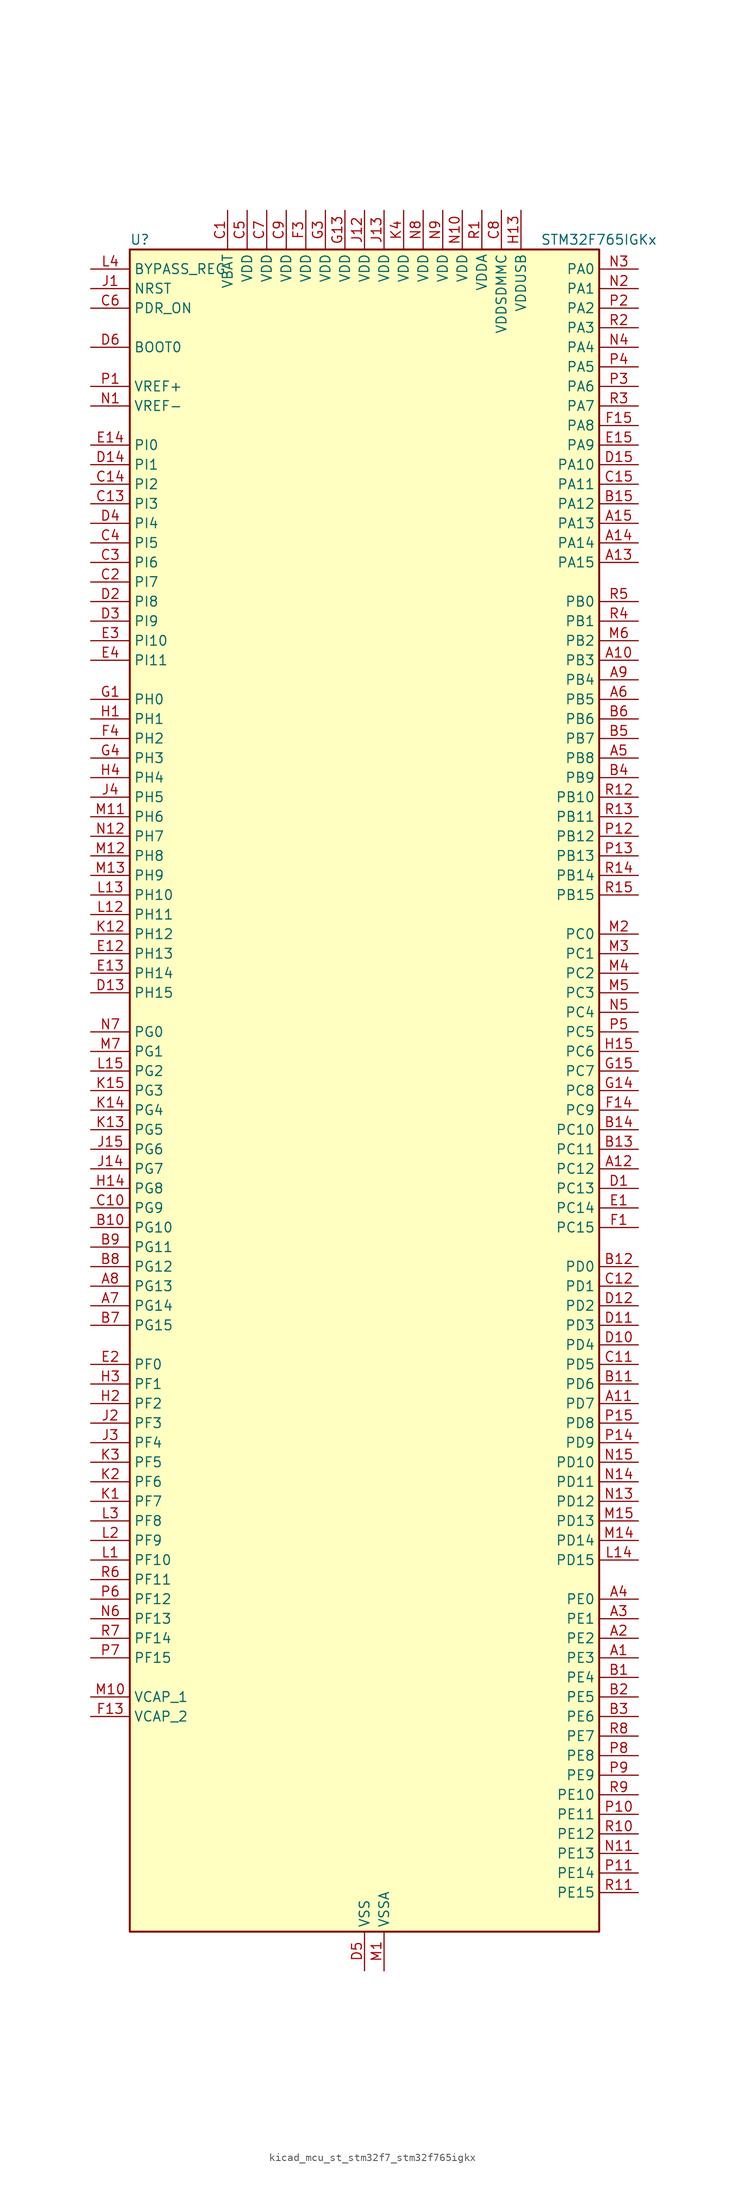
<source format=kicad_sym>
(kicad_symbol_lib
  (version 20220914)
  (generator kicad_symbol_editor)
  (symbol "kicad_mcu_st_stm32f7_stm32f765igkx"
    (property "Reference" "U"
      (at -30.48 110.49 0)
      (effects (font (size 1.27 1.27)) (justify left)))
    (property "Value" "STM32F765IGKx"
      (at 22.86 110.49 0)
      (effects (font (size 1.27 1.27)) (justify left)))
    (property "ki_locked" ""
      (at 0 0 0)
      (effects (font (size 1.27 1.27))))
    (symbol "kicad_mcu_st_stm32f7_stm32f765igkx_0_1"
      (rectangle (start -30.48 -109.22) (end 30.48 109.22) (stroke (width 0.254) (type default)) (fill (type background))))
    (symbol "kicad_mcu_st_stm32f7_stm32f765igkx_1_1"
      (pin bidirectional line (at 35.56 -73.66 180) (length 5.08) (name "PE3" (effects (font (size 1.27 1.27)))) (number "A1" (effects (font (size 1.27 1.27)))) (alternate "FMC_A19" bidirectional line) (alternate "SAI1_SD_B" bidirectional line) (alternate "SYS_TRACED0" bidirectional line))
      (pin bidirectional line (at 35.56 55.88 180) (length 5.08) (name "PB3" (effects (font (size 1.27 1.27)))) (number "A10" (effects (font (size 1.27 1.27)))) (alternate "CAN3_RX" bidirectional line) (alternate "I2S1_CK" bidirectional line) (alternate "I2S3_CK" bidirectional line) (alternate "SDMMC2_D2" bidirectional line) (alternate "SPI1_SCK" bidirectional line) (alternate "SPI3_SCK" bidirectional line) (alternate "SPI6_SCK" bidirectional line) (alternate "SYS_JTDO-SWO" bidirectional line) (alternate "TIM2_CH2" bidirectional line) (alternate "UART7_RX" bidirectional line))
      (pin bidirectional line (at 35.56 -40.64 180) (length 5.08) (name "PD7" (effects (font (size 1.27 1.27)))) (number "A11" (effects (font (size 1.27 1.27)))) (alternate "DFSDM1_CKIN1" bidirectional line) (alternate "DFSDM1_DATIN4" bidirectional line) (alternate "FMC_NE1" bidirectional line) (alternate "I2S1_SD" bidirectional line) (alternate "SDMMC2_CMD" bidirectional line) (alternate "SPDIFRX_IN0" bidirectional line) (alternate "SPI1_MOSI" bidirectional line) (alternate "USART2_CK" bidirectional line))
      (pin bidirectional line (at 35.56 -10.16 180) (length 5.08) (name "PC12" (effects (font (size 1.27 1.27)))) (number "A12" (effects (font (size 1.27 1.27)))) (alternate "DCMI_D9" bidirectional line) (alternate "I2S3_SD" bidirectional line) (alternate "SDMMC1_CK" bidirectional line) (alternate "SPI3_MOSI" bidirectional line) (alternate "SYS_TRACED3" bidirectional line) (alternate "UART5_TX" bidirectional line) (alternate "USART3_CK" bidirectional line))
      (pin bidirectional line (at 35.56 68.58 180) (length 5.08) (name "PA15" (effects (font (size 1.27 1.27)))) (number "A13" (effects (font (size 1.27 1.27)))) (alternate "CAN3_TX" bidirectional line) (alternate "CEC" bidirectional line) (alternate "I2S1_WS" bidirectional line) (alternate "I2S3_WS" bidirectional line) (alternate "SPI1_NSS" bidirectional line) (alternate "SPI3_NSS" bidirectional line) (alternate "SPI6_NSS" bidirectional line) (alternate "SYS_JTDI" bidirectional line) (alternate "TIM2_CH1" bidirectional line) (alternate "TIM2_ETR" bidirectional line) (alternate "UART4_DE" bidirectional line) (alternate "UART4_RTS" bidirectional line) (alternate "UART7_TX" bidirectional line))
      (pin bidirectional line (at 35.56 71.12 180) (length 5.08) (name "PA14" (effects (font (size 1.27 1.27)))) (number "A14" (effects (font (size 1.27 1.27)))) (alternate "SYS_JTCK-SWCLK" bidirectional line))
      (pin bidirectional line (at 35.56 73.66 180) (length 5.08) (name "PA13" (effects (font (size 1.27 1.27)))) (number "A15" (effects (font (size 1.27 1.27)))) (alternate "SYS_JTMS-SWDIO" bidirectional line))
      (pin bidirectional line (at 35.56 -71.12 180) (length 5.08) (name "PE2" (effects (font (size 1.27 1.27)))) (number "A2" (effects (font (size 1.27 1.27)))) (alternate "ETH_TXD3" bidirectional line) (alternate "FMC_A23" bidirectional line) (alternate "QUADSPI_BK1_IO2" bidirectional line) (alternate "SAI1_MCLK_A" bidirectional line) (alternate "SPI4_SCK" bidirectional line) (alternate "SYS_TRACECLK" bidirectional line))
      (pin bidirectional line (at 35.56 -68.58 180) (length 5.08) (name "PE1" (effects (font (size 1.27 1.27)))) (number "A3" (effects (font (size 1.27 1.27)))) (alternate "DCMI_D3" bidirectional line) (alternate "FMC_NBL1" bidirectional line) (alternate "LPTIM1_IN2" bidirectional line) (alternate "UART8_TX" bidirectional line))
      (pin bidirectional line (at 35.56 -66.04 180) (length 5.08) (name "PE0" (effects (font (size 1.27 1.27)))) (number "A4" (effects (font (size 1.27 1.27)))) (alternate "DCMI_D2" bidirectional line) (alternate "FMC_NBL0" bidirectional line) (alternate "LPTIM1_ETR" bidirectional line) (alternate "SAI2_MCLK_A" bidirectional line) (alternate "TIM4_ETR" bidirectional line) (alternate "UART8_RX" bidirectional line))
      (pin bidirectional line (at 35.56 43.18 180) (length 5.08) (name "PB8" (effects (font (size 1.27 1.27)))) (number "A5" (effects (font (size 1.27 1.27)))) (alternate "CAN1_RX" bidirectional line) (alternate "DCMI_D6" bidirectional line) (alternate "DFSDM1_CKIN7" bidirectional line) (alternate "ETH_TXD3" bidirectional line) (alternate "I2C1_SCL" bidirectional line) (alternate "I2C4_SCL" bidirectional line) (alternate "SDMMC1_D4" bidirectional line) (alternate "SDMMC2_D4" bidirectional line) (alternate "TIM10_CH1" bidirectional line) (alternate "TIM4_CH3" bidirectional line) (alternate "UART5_RX" bidirectional line))
      (pin bidirectional line (at 35.56 50.8 180) (length 5.08) (name "PB5" (effects (font (size 1.27 1.27)))) (number "A6" (effects (font (size 1.27 1.27)))) (alternate "CAN2_RX" bidirectional line) (alternate "DCMI_D10" bidirectional line) (alternate "ETH_PPS_OUT" bidirectional line) (alternate "FMC_SDCKE1" bidirectional line) (alternate "I2C1_SMBA" bidirectional line) (alternate "I2S1_SD" bidirectional line) (alternate "I2S3_SD" bidirectional line) (alternate "SPI1_MOSI" bidirectional line) (alternate "SPI3_MOSI" bidirectional line) (alternate "SPI6_MOSI" bidirectional line) (alternate "TIM3_CH2" bidirectional line) (alternate "UART5_RX" bidirectional line) (alternate "USB_OTG_HS_ULPI_D7" bidirectional line))
      (pin bidirectional line (at -35.56 -27.94 0) (length 5.08) (name "PG14" (effects (font (size 1.27 1.27)))) (number "A7" (effects (font (size 1.27 1.27)))) (alternate "ETH_TXD1" bidirectional line) (alternate "FMC_A25" bidirectional line) (alternate "LPTIM1_ETR" bidirectional line) (alternate "QUADSPI_BK2_IO3" bidirectional line) (alternate "SPI6_MOSI" bidirectional line) (alternate "SYS_TRACED1" bidirectional line) (alternate "USART6_TX" bidirectional line))
      (pin bidirectional line (at -35.56 -25.4 0) (length 5.08) (name "PG13" (effects (font (size 1.27 1.27)))) (number "A8" (effects (font (size 1.27 1.27)))) (alternate "ETH_TXD0" bidirectional line) (alternate "FMC_A24" bidirectional line) (alternate "LPTIM1_OUT" bidirectional line) (alternate "SPI6_SCK" bidirectional line) (alternate "SYS_TRACED0" bidirectional line) (alternate "USART6_CTS" bidirectional line))
      (pin bidirectional line (at 35.56 53.34 180) (length 5.08) (name "PB4" (effects (font (size 1.27 1.27)))) (number "A9" (effects (font (size 1.27 1.27)))) (alternate "CAN3_TX" bidirectional line) (alternate "I2S2_WS" bidirectional line) (alternate "SDMMC2_D3" bidirectional line) (alternate "SPI1_MISO" bidirectional line) (alternate "SPI2_NSS" bidirectional line) (alternate "SPI3_MISO" bidirectional line) (alternate "SPI6_MISO" bidirectional line) (alternate "SYS_JTRST" bidirectional line) (alternate "TIM3_CH1" bidirectional line) (alternate "UART7_TX" bidirectional line))
      (pin bidirectional line (at 35.56 -76.2 180) (length 5.08) (name "PE4" (effects (font (size 1.27 1.27)))) (number "B1" (effects (font (size 1.27 1.27)))) (alternate "DCMI_D4" bidirectional line) (alternate "DFSDM1_DATIN3" bidirectional line) (alternate "FMC_A20" bidirectional line) (alternate "SAI1_FS_A" bidirectional line) (alternate "SPI4_NSS" bidirectional line) (alternate "SYS_TRACED1" bidirectional line))
      (pin bidirectional line (at -35.56 -17.78 0) (length 5.08) (name "PG10" (effects (font (size 1.27 1.27)))) (number "B10" (effects (font (size 1.27 1.27)))) (alternate "DCMI_D2" bidirectional line) (alternate "FMC_NE3" bidirectional line) (alternate "I2S1_WS" bidirectional line) (alternate "SAI2_SD_B" bidirectional line) (alternate "SDMMC2_D1" bidirectional line) (alternate "SPI1_NSS" bidirectional line))
      (pin bidirectional line (at 35.56 -38.1 180) (length 5.08) (name "PD6" (effects (font (size 1.27 1.27)))) (number "B11" (effects (font (size 1.27 1.27)))) (alternate "DCMI_D10" bidirectional line) (alternate "DFSDM1_CKIN4" bidirectional line) (alternate "DFSDM1_DATIN1" bidirectional line) (alternate "FMC_NWAIT" bidirectional line) (alternate "I2S3_SD" bidirectional line) (alternate "SAI1_SD_A" bidirectional line) (alternate "SDMMC2_CK" bidirectional line) (alternate "SPI3_MOSI" bidirectional line) (alternate "USART2_RX" bidirectional line))
      (pin bidirectional line (at 35.56 -22.86 180) (length 5.08) (name "PD0" (effects (font (size 1.27 1.27)))) (number "B12" (effects (font (size 1.27 1.27)))) (alternate "CAN1_RX" bidirectional line) (alternate "DFSDM1_CKIN6" bidirectional line) (alternate "DFSDM1_DATIN7" bidirectional line) (alternate "FMC_D2" bidirectional line) (alternate "FMC_DA2" bidirectional line) (alternate "UART4_RX" bidirectional line))
      (pin bidirectional line (at 35.56 -7.62 180) (length 5.08) (name "PC11" (effects (font (size 1.27 1.27)))) (number "B13" (effects (font (size 1.27 1.27)))) (alternate "ADC1_EXTI11" bidirectional line) (alternate "ADC2_EXTI11" bidirectional line) (alternate "ADC3_EXTI11" bidirectional line) (alternate "DCMI_D4" bidirectional line) (alternate "DFSDM1_DATIN5" bidirectional line) (alternate "QUADSPI_BK2_NCS" bidirectional line) (alternate "SDMMC1_D3" bidirectional line) (alternate "SPI3_MISO" bidirectional line) (alternate "UART4_RX" bidirectional line) (alternate "USART3_RX" bidirectional line))
      (pin bidirectional line (at 35.56 -5.08 180) (length 5.08) (name "PC10" (effects (font (size 1.27 1.27)))) (number "B14" (effects (font (size 1.27 1.27)))) (alternate "DCMI_D8" bidirectional line) (alternate "DFSDM1_CKIN5" bidirectional line) (alternate "I2S3_CK" bidirectional line) (alternate "QUADSPI_BK1_IO1" bidirectional line) (alternate "SDMMC1_D2" bidirectional line) (alternate "SPI3_SCK" bidirectional line) (alternate "UART4_TX" bidirectional line) (alternate "USART3_TX" bidirectional line))
      (pin bidirectional line (at 35.56 76.2 180) (length 5.08) (name "PA12" (effects (font (size 1.27 1.27)))) (number "B15" (effects (font (size 1.27 1.27)))) (alternate "CAN1_TX" bidirectional line) (alternate "I2S2_CK" bidirectional line) (alternate "SAI2_FS_B" bidirectional line) (alternate "SPI2_SCK" bidirectional line) (alternate "TIM1_ETR" bidirectional line) (alternate "UART4_TX" bidirectional line) (alternate "USART1_DE" bidirectional line) (alternate "USART1_RTS" bidirectional line) (alternate "USB_OTG_FS_DP" bidirectional line))
      (pin bidirectional line (at 35.56 -78.74 180) (length 5.08) (name "PE5" (effects (font (size 1.27 1.27)))) (number "B2" (effects (font (size 1.27 1.27)))) (alternate "DCMI_D6" bidirectional line) (alternate "DFSDM1_CKIN3" bidirectional line) (alternate "FMC_A21" bidirectional line) (alternate "SAI1_SCK_A" bidirectional line) (alternate "SPI4_MISO" bidirectional line) (alternate "SYS_TRACED2" bidirectional line) (alternate "TIM9_CH1" bidirectional line))
      (pin bidirectional line (at 35.56 -81.28 180) (length 5.08) (name "PE6" (effects (font (size 1.27 1.27)))) (number "B3" (effects (font (size 1.27 1.27)))) (alternate "DCMI_D7" bidirectional line) (alternate "FMC_A22" bidirectional line) (alternate "SAI1_SD_A" bidirectional line) (alternate "SAI2_MCLK_B" bidirectional line) (alternate "SPI4_MOSI" bidirectional line) (alternate "SYS_TRACED3" bidirectional line) (alternate "TIM1_BKIN2" bidirectional line) (alternate "TIM9_CH2" bidirectional line))
      (pin bidirectional line (at 35.56 40.64 180) (length 5.08) (name "PB9" (effects (font (size 1.27 1.27)))) (number "B4" (effects (font (size 1.27 1.27)))) (alternate "CAN1_TX" bidirectional line) (alternate "DAC_EXTI9" bidirectional line) (alternate "DCMI_D7" bidirectional line) (alternate "DFSDM1_DATIN7" bidirectional line) (alternate "I2C1_SDA" bidirectional line) (alternate "I2C4_SDA" bidirectional line) (alternate "I2C4_SMBA" bidirectional line) (alternate "I2S2_WS" bidirectional line) (alternate "SDMMC1_D5" bidirectional line) (alternate "SDMMC2_D5" bidirectional line) (alternate "SPI2_NSS" bidirectional line) (alternate "TIM11_CH1" bidirectional line) (alternate "TIM4_CH4" bidirectional line) (alternate "UART5_TX" bidirectional line))
      (pin bidirectional line (at 35.56 45.72 180) (length 5.08) (name "PB7" (effects (font (size 1.27 1.27)))) (number "B5" (effects (font (size 1.27 1.27)))) (alternate "DCMI_VSYNC" bidirectional line) (alternate "DFSDM1_CKIN5" bidirectional line) (alternate "FMC_NL" bidirectional line) (alternate "I2C1_SDA" bidirectional line) (alternate "I2C4_SDA" bidirectional line) (alternate "TIM4_CH2" bidirectional line) (alternate "USART1_RX" bidirectional line))
      (pin bidirectional line (at 35.56 48.26 180) (length 5.08) (name "PB6" (effects (font (size 1.27 1.27)))) (number "B6" (effects (font (size 1.27 1.27)))) (alternate "CAN2_TX" bidirectional line) (alternate "CEC" bidirectional line) (alternate "DCMI_D5" bidirectional line) (alternate "DFSDM1_DATIN5" bidirectional line) (alternate "FMC_SDNE1" bidirectional line) (alternate "I2C1_SCL" bidirectional line) (alternate "I2C4_SCL" bidirectional line) (alternate "QUADSPI_BK1_NCS" bidirectional line) (alternate "TIM4_CH1" bidirectional line) (alternate "UART5_TX" bidirectional line) (alternate "USART1_TX" bidirectional line))
      (pin bidirectional line (at -35.56 -30.48 0) (length 5.08) (name "PG15" (effects (font (size 1.27 1.27)))) (number "B7" (effects (font (size 1.27 1.27)))) (alternate "DCMI_D13" bidirectional line) (alternate "FMC_SDNCAS" bidirectional line) (alternate "USART6_CTS" bidirectional line))
      (pin bidirectional line (at -35.56 -22.86 0) (length 5.08) (name "PG12" (effects (font (size 1.27 1.27)))) (number "B8" (effects (font (size 1.27 1.27)))) (alternate "FMC_NE4" bidirectional line) (alternate "LPTIM1_IN1" bidirectional line) (alternate "SDMMC2_D3" bidirectional line) (alternate "SPDIFRX_IN1" bidirectional line) (alternate "SPI6_MISO" bidirectional line) (alternate "USART6_DE" bidirectional line) (alternate "USART6_RTS" bidirectional line))
      (pin bidirectional line (at -35.56 -20.32 0) (length 5.08) (name "PG11" (effects (font (size 1.27 1.27)))) (number "B9" (effects (font (size 1.27 1.27)))) (alternate "ADC1_EXTI11" bidirectional line) (alternate "ADC2_EXTI11" bidirectional line) (alternate "ADC3_EXTI11" bidirectional line) (alternate "DCMI_D3" bidirectional line) (alternate "ETH_TX_EN" bidirectional line) (alternate "I2S1_CK" bidirectional line) (alternate "SDMMC2_D2" bidirectional line) (alternate "SPDIFRX_IN0" bidirectional line) (alternate "SPI1_SCK" bidirectional line))
      (pin power_in line (at -17.78 114.3 270) (length 5.08) (name "VBAT" (effects (font (size 1.27 1.27)))) (number "C1" (effects (font (size 1.27 1.27)))))
      (pin bidirectional line (at -35.56 -15.24 0) (length 5.08) (name "PG9" (effects (font (size 1.27 1.27)))) (number "C10" (effects (font (size 1.27 1.27)))) (alternate "DAC_EXTI9" bidirectional line) (alternate "DCMI_VSYNC" bidirectional line) (alternate "FMC_NCE" bidirectional line) (alternate "FMC_NE2" bidirectional line) (alternate "QUADSPI_BK2_IO2" bidirectional line) (alternate "SAI2_FS_B" bidirectional line) (alternate "SDMMC2_D0" bidirectional line) (alternate "SPDIFRX_IN3" bidirectional line) (alternate "SPI1_MISO" bidirectional line) (alternate "USART6_RX" bidirectional line))
      (pin bidirectional line (at 35.56 -35.56 180) (length 5.08) (name "PD5" (effects (font (size 1.27 1.27)))) (number "C11" (effects (font (size 1.27 1.27)))) (alternate "FMC_NWE" bidirectional line) (alternate "USART2_TX" bidirectional line))
      (pin bidirectional line (at 35.56 -25.4 180) (length 5.08) (name "PD1" (effects (font (size 1.27 1.27)))) (number "C12" (effects (font (size 1.27 1.27)))) (alternate "CAN1_TX" bidirectional line) (alternate "DFSDM1_CKIN7" bidirectional line) (alternate "DFSDM1_DATIN6" bidirectional line) (alternate "FMC_D3" bidirectional line) (alternate "FMC_DA3" bidirectional line) (alternate "UART4_TX" bidirectional line))
      (pin bidirectional line (at -35.56 76.2 0) (length 5.08) (name "PI3" (effects (font (size 1.27 1.27)))) (number "C13" (effects (font (size 1.27 1.27)))) (alternate "DCMI_D10" bidirectional line) (alternate "FMC_D27" bidirectional line) (alternate "I2S2_SD" bidirectional line) (alternate "SPI2_MOSI" bidirectional line) (alternate "TIM8_ETR" bidirectional line))
      (pin bidirectional line (at -35.56 78.74 0) (length 5.08) (name "PI2" (effects (font (size 1.27 1.27)))) (number "C14" (effects (font (size 1.27 1.27)))) (alternate "DCMI_D9" bidirectional line) (alternate "FMC_D26" bidirectional line) (alternate "SPI2_MISO" bidirectional line) (alternate "TIM8_CH4" bidirectional line))
      (pin bidirectional line (at 35.56 78.74 180) (length 5.08) (name "PA11" (effects (font (size 1.27 1.27)))) (number "C15" (effects (font (size 1.27 1.27)))) (alternate "ADC1_EXTI11" bidirectional line) (alternate "ADC2_EXTI11" bidirectional line) (alternate "ADC3_EXTI11" bidirectional line) (alternate "CAN1_RX" bidirectional line) (alternate "I2S2_WS" bidirectional line) (alternate "SPI2_NSS" bidirectional line) (alternate "TIM1_CH4" bidirectional line) (alternate "UART4_RX" bidirectional line) (alternate "USART1_CTS" bidirectional line) (alternate "USB_OTG_FS_DM" bidirectional line))
      (pin bidirectional line (at -35.56 66.04 0) (length 5.08) (name "PI7" (effects (font (size 1.27 1.27)))) (number "C2" (effects (font (size 1.27 1.27)))) (alternate "DCMI_D7" bidirectional line) (alternate "FMC_D29" bidirectional line) (alternate "SAI2_FS_A" bidirectional line) (alternate "TIM8_CH3" bidirectional line))
      (pin bidirectional line (at -35.56 68.58 0) (length 5.08) (name "PI6" (effects (font (size 1.27 1.27)))) (number "C3" (effects (font (size 1.27 1.27)))) (alternate "DCMI_D6" bidirectional line) (alternate "FMC_D28" bidirectional line) (alternate "SAI2_SD_A" bidirectional line) (alternate "TIM8_CH2" bidirectional line))
      (pin bidirectional line (at -35.56 71.12 0) (length 5.08) (name "PI5" (effects (font (size 1.27 1.27)))) (number "C4" (effects (font (size 1.27 1.27)))) (alternate "DCMI_VSYNC" bidirectional line) (alternate "FMC_NBL3" bidirectional line) (alternate "SAI2_SCK_A" bidirectional line) (alternate "TIM8_CH1" bidirectional line))
      (pin power_in line (at -15.24 114.3 270) (length 5.08) (name "VDD" (effects (font (size 1.27 1.27)))) (number "C5" (effects (font (size 1.27 1.27)))))
      (pin input line (at -35.56 101.6 0) (length 5.08) (name "PDR_ON" (effects (font (size 1.27 1.27)))) (number "C6" (effects (font (size 1.27 1.27)))))
      (pin power_in line (at -12.7 114.3 270) (length 5.08) (name "VDD" (effects (font (size 1.27 1.27)))) (number "C7" (effects (font (size 1.27 1.27)))))
      (pin power_in line (at 17.78 114.3 270) (length 5.08) (name "VDDSDMMC" (effects (font (size 1.27 1.27)))) (number "C8" (effects (font (size 1.27 1.27)))))
      (pin power_in line (at -10.16 114.3 270) (length 5.08) (name "VDD" (effects (font (size 1.27 1.27)))) (number "C9" (effects (font (size 1.27 1.27)))))
      (pin bidirectional line (at 35.56 -12.7 180) (length 5.08) (name "PC13" (effects (font (size 1.27 1.27)))) (number "D1" (effects (font (size 1.27 1.27)))) (alternate "RTC_OUT" bidirectional line) (alternate "RTC_TAMP1" bidirectional line) (alternate "RTC_TS" bidirectional line) (alternate "SYS_WKUP4" bidirectional line))
      (pin bidirectional line (at 35.56 -33.02 180) (length 5.08) (name "PD4" (effects (font (size 1.27 1.27)))) (number "D10" (effects (font (size 1.27 1.27)))) (alternate "DFSDM1_CKIN0" bidirectional line) (alternate "FMC_NOE" bidirectional line) (alternate "USART2_DE" bidirectional line) (alternate "USART2_RTS" bidirectional line))
      (pin bidirectional line (at 35.56 -30.48 180) (length 5.08) (name "PD3" (effects (font (size 1.27 1.27)))) (number "D11" (effects (font (size 1.27 1.27)))) (alternate "DCMI_D5" bidirectional line) (alternate "DFSDM1_CKOUT" bidirectional line) (alternate "DFSDM1_DATIN0" bidirectional line) (alternate "FMC_CLK" bidirectional line) (alternate "I2S2_CK" bidirectional line) (alternate "SPI2_SCK" bidirectional line) (alternate "USART2_CTS" bidirectional line))
      (pin bidirectional line (at 35.56 -27.94 180) (length 5.08) (name "PD2" (effects (font (size 1.27 1.27)))) (number "D12" (effects (font (size 1.27 1.27)))) (alternate "DCMI_D11" bidirectional line) (alternate "SDMMC1_CMD" bidirectional line) (alternate "SYS_TRACED2" bidirectional line) (alternate "TIM3_ETR" bidirectional line) (alternate "UART5_RX" bidirectional line))
      (pin bidirectional line (at -35.56 12.7 0) (length 5.08) (name "PH15" (effects (font (size 1.27 1.27)))) (number "D13" (effects (font (size 1.27 1.27)))) (alternate "DCMI_D11" bidirectional line) (alternate "FMC_D23" bidirectional line) (alternate "TIM8_CH3N" bidirectional line))
      (pin bidirectional line (at -35.56 81.28 0) (length 5.08) (name "PI1" (effects (font (size 1.27 1.27)))) (number "D14" (effects (font (size 1.27 1.27)))) (alternate "DCMI_D8" bidirectional line) (alternate "FMC_D25" bidirectional line) (alternate "I2S2_CK" bidirectional line) (alternate "SPI2_SCK" bidirectional line) (alternate "TIM8_BKIN2" bidirectional line))
      (pin bidirectional line (at 35.56 81.28 180) (length 5.08) (name "PA10" (effects (font (size 1.27 1.27)))) (number "D15" (effects (font (size 1.27 1.27)))) (alternate "DCMI_D1" bidirectional line) (alternate "MDIOS_MDIO" bidirectional line) (alternate "TIM1_CH3" bidirectional line) (alternate "USART1_RX" bidirectional line) (alternate "USB_OTG_FS_ID" bidirectional line))
      (pin bidirectional line (at -35.56 63.5 0) (length 5.08) (name "PI8" (effects (font (size 1.27 1.27)))) (number "D2" (effects (font (size 1.27 1.27)))) (alternate "RTC_TAMP2" bidirectional line) (alternate "RTC_TS" bidirectional line) (alternate "SYS_WKUP5" bidirectional line))
      (pin bidirectional line (at -35.56 60.96 0) (length 5.08) (name "PI9" (effects (font (size 1.27 1.27)))) (number "D3" (effects (font (size 1.27 1.27)))) (alternate "CAN1_RX" bidirectional line) (alternate "DAC_EXTI9" bidirectional line) (alternate "FMC_D30" bidirectional line) (alternate "UART4_RX" bidirectional line))
      (pin bidirectional line (at -35.56 73.66 0) (length 5.08) (name "PI4" (effects (font (size 1.27 1.27)))) (number "D4" (effects (font (size 1.27 1.27)))) (alternate "DCMI_D5" bidirectional line) (alternate "FMC_NBL2" bidirectional line) (alternate "SAI2_MCLK_A" bidirectional line) (alternate "TIM8_BKIN" bidirectional line))
      (pin power_in line (at 0 -114.3 90) (length 5.08) (name "VSS" (effects (font (size 1.27 1.27)))) (number "D5" (effects (font (size 1.27 1.27)))))
      (pin input line (at -35.56 96.52 0) (length 5.08) (name "BOOT0" (effects (font (size 1.27 1.27)))) (number "D6" (effects (font (size 1.27 1.27)))))
      (pin passive line (at 0 -114.3 90) (length 5.08) hide (name "VSS" (effects (font (size 1.27 1.27)))) (number "D7" (effects (font (size 1.27 1.27)))))
      (pin passive line (at 0 -114.3 90) (length 5.08) hide (name "VSS" (effects (font (size 1.27 1.27)))) (number "D8" (effects (font (size 1.27 1.27)))))
      (pin passive line (at 0 -114.3 90) (length 5.08) hide (name "VSS" (effects (font (size 1.27 1.27)))) (number "D9" (effects (font (size 1.27 1.27)))))
      (pin bidirectional line (at 35.56 -15.24 180) (length 5.08) (name "PC14" (effects (font (size 1.27 1.27)))) (number "E1" (effects (font (size 1.27 1.27)))) (alternate "RCC_OSC32_IN" bidirectional line))
      (pin bidirectional line (at -35.56 17.78 0) (length 5.08) (name "PH13" (effects (font (size 1.27 1.27)))) (number "E12" (effects (font (size 1.27 1.27)))) (alternate "CAN1_TX" bidirectional line) (alternate "FMC_D21" bidirectional line) (alternate "TIM8_CH1N" bidirectional line) (alternate "UART4_TX" bidirectional line))
      (pin bidirectional line (at -35.56 15.24 0) (length 5.08) (name "PH14" (effects (font (size 1.27 1.27)))) (number "E13" (effects (font (size 1.27 1.27)))) (alternate "CAN1_RX" bidirectional line) (alternate "DCMI_D4" bidirectional line) (alternate "FMC_D22" bidirectional line) (alternate "TIM8_CH2N" bidirectional line) (alternate "UART4_RX" bidirectional line))
      (pin bidirectional line (at -35.56 83.82 0) (length 5.08) (name "PI0" (effects (font (size 1.27 1.27)))) (number "E14" (effects (font (size 1.27 1.27)))) (alternate "DCMI_D13" bidirectional line) (alternate "FMC_D24" bidirectional line) (alternate "I2S2_WS" bidirectional line) (alternate "SPI2_NSS" bidirectional line) (alternate "TIM5_CH4" bidirectional line))
      (pin bidirectional line (at 35.56 83.82 180) (length 5.08) (name "PA9" (effects (font (size 1.27 1.27)))) (number "E15" (effects (font (size 1.27 1.27)))) (alternate "DAC_EXTI9" bidirectional line) (alternate "DCMI_D0" bidirectional line) (alternate "I2C3_SMBA" bidirectional line) (alternate "I2S2_CK" bidirectional line) (alternate "SPI2_SCK" bidirectional line) (alternate "TIM1_CH2" bidirectional line) (alternate "USART1_TX" bidirectional line) (alternate "USB_OTG_FS_VBUS" bidirectional line))
      (pin bidirectional line (at -35.56 -35.56 0) (length 5.08) (name "PF0" (effects (font (size 1.27 1.27)))) (number "E2" (effects (font (size 1.27 1.27)))) (alternate "FMC_A0" bidirectional line) (alternate "I2C2_SDA" bidirectional line))
      (pin bidirectional line (at -35.56 58.42 0) (length 5.08) (name "PI10" (effects (font (size 1.27 1.27)))) (number "E3" (effects (font (size 1.27 1.27)))) (alternate "ETH_RX_ER" bidirectional line) (alternate "FMC_D31" bidirectional line))
      (pin bidirectional line (at -35.56 55.88 0) (length 5.08) (name "PI11" (effects (font (size 1.27 1.27)))) (number "E4" (effects (font (size 1.27 1.27)))) (alternate "ADC1_EXTI11" bidirectional line) (alternate "ADC2_EXTI11" bidirectional line) (alternate "ADC3_EXTI11" bidirectional line) (alternate "SYS_WKUP6" bidirectional line) (alternate "USB_OTG_HS_ULPI_DIR" bidirectional line))
      (pin bidirectional line (at 35.56 -17.78 180) (length 5.08) (name "PC15" (effects (font (size 1.27 1.27)))) (number "F1" (effects (font (size 1.27 1.27)))) (alternate "RCC_OSC32_OUT" bidirectional line))
      (pin passive line (at 0 -114.3 90) (length 5.08) hide (name "VSS" (effects (font (size 1.27 1.27)))) (number "F10" (effects (font (size 1.27 1.27)))))
      (pin passive line (at 0 -114.3 90) (length 5.08) hide (name "VSS" (effects (font (size 1.27 1.27)))) (number "F12" (effects (font (size 1.27 1.27)))))
      (pin power_out line (at -35.56 -81.28 0) (length 5.08) (name "VCAP_2" (effects (font (size 1.27 1.27)))) (number "F13" (effects (font (size 1.27 1.27)))))
      (pin bidirectional line (at 35.56 -2.54 180) (length 5.08) (name "PC9" (effects (font (size 1.27 1.27)))) (number "F14" (effects (font (size 1.27 1.27)))) (alternate "DAC_EXTI9" bidirectional line) (alternate "DCMI_D3" bidirectional line) (alternate "I2C3_SDA" bidirectional line) (alternate "I2S_CKIN" bidirectional line) (alternate "QUADSPI_BK1_IO0" bidirectional line) (alternate "RCC_MCO_2" bidirectional line) (alternate "SDMMC1_D1" bidirectional line) (alternate "TIM3_CH4" bidirectional line) (alternate "TIM8_CH4" bidirectional line) (alternate "UART5_CTS" bidirectional line))
      (pin bidirectional line (at 35.56 86.36 180) (length 5.08) (name "PA8" (effects (font (size 1.27 1.27)))) (number "F15" (effects (font (size 1.27 1.27)))) (alternate "CAN3_RX" bidirectional line) (alternate "I2C3_SCL" bidirectional line) (alternate "RCC_MCO_1" bidirectional line) (alternate "TIM1_CH1" bidirectional line) (alternate "TIM8_BKIN2" bidirectional line) (alternate "UART7_RX" bidirectional line) (alternate "USART1_CK" bidirectional line) (alternate "USB_OTG_FS_SOF" bidirectional line))
      (pin passive line (at 0 -114.3 90) (length 5.08) hide (name "VSS" (effects (font (size 1.27 1.27)))) (number "F2" (effects (font (size 1.27 1.27)))))
      (pin power_in line (at -7.62 114.3 270) (length 5.08) (name "VDD" (effects (font (size 1.27 1.27)))) (number "F3" (effects (font (size 1.27 1.27)))))
      (pin bidirectional line (at -35.56 45.72 0) (length 5.08) (name "PH2" (effects (font (size 1.27 1.27)))) (number "F4" (effects (font (size 1.27 1.27)))) (alternate "ETH_CRS" bidirectional line) (alternate "FMC_SDCKE0" bidirectional line) (alternate "LPTIM1_IN2" bidirectional line) (alternate "QUADSPI_BK2_IO0" bidirectional line) (alternate "SAI2_SCK_B" bidirectional line))
      (pin passive line (at 0 -114.3 90) (length 5.08) hide (name "VSS" (effects (font (size 1.27 1.27)))) (number "F6" (effects (font (size 1.27 1.27)))))
      (pin passive line (at 0 -114.3 90) (length 5.08) hide (name "VSS" (effects (font (size 1.27 1.27)))) (number "F7" (effects (font (size 1.27 1.27)))))
      (pin passive line (at 0 -114.3 90) (length 5.08) hide (name "VSS" (effects (font (size 1.27 1.27)))) (number "F8" (effects (font (size 1.27 1.27)))))
      (pin passive line (at 0 -114.3 90) (length 5.08) hide (name "VSS" (effects (font (size 1.27 1.27)))) (number "F9" (effects (font (size 1.27 1.27)))))
      (pin bidirectional line (at -35.56 50.8 0) (length 5.08) (name "PH0" (effects (font (size 1.27 1.27)))) (number "G1" (effects (font (size 1.27 1.27)))) (alternate "RCC_OSC_IN" bidirectional line))
      (pin passive line (at 0 -114.3 90) (length 5.08) hide (name "VSS" (effects (font (size 1.27 1.27)))) (number "G10" (effects (font (size 1.27 1.27)))))
      (pin passive line (at 0 -114.3 90) (length 5.08) hide (name "VSS" (effects (font (size 1.27 1.27)))) (number "G12" (effects (font (size 1.27 1.27)))))
      (pin power_in line (at -2.54 114.3 270) (length 5.08) (name "VDD" (effects (font (size 1.27 1.27)))) (number "G13" (effects (font (size 1.27 1.27)))))
      (pin bidirectional line (at 35.56 0 180) (length 5.08) (name "PC8" (effects (font (size 1.27 1.27)))) (number "G14" (effects (font (size 1.27 1.27)))) (alternate "DCMI_D2" bidirectional line) (alternate "FMC_NCE" bidirectional line) (alternate "FMC_NE2" bidirectional line) (alternate "SDMMC1_D0" bidirectional line) (alternate "SYS_TRACED1" bidirectional line) (alternate "TIM3_CH3" bidirectional line) (alternate "TIM8_CH3" bidirectional line) (alternate "UART5_DE" bidirectional line) (alternate "UART5_RTS" bidirectional line) (alternate "USART6_CK" bidirectional line))
      (pin bidirectional line (at 35.56 2.54 180) (length 5.08) (name "PC7" (effects (font (size 1.27 1.27)))) (number "G15" (effects (font (size 1.27 1.27)))) (alternate "DCMI_D1" bidirectional line) (alternate "DFSDM1_DATIN3" bidirectional line) (alternate "FMC_NE1" bidirectional line) (alternate "I2S3_MCK" bidirectional line) (alternate "SDMMC1_D7" bidirectional line) (alternate "SDMMC2_D7" bidirectional line) (alternate "TIM3_CH2" bidirectional line) (alternate "TIM8_CH2" bidirectional line) (alternate "USART6_RX" bidirectional line))
      (pin passive line (at 0 -114.3 90) (length 5.08) hide (name "VSS" (effects (font (size 1.27 1.27)))) (number "G2" (effects (font (size 1.27 1.27)))))
      (pin power_in line (at -5.08 114.3 270) (length 5.08) (name "VDD" (effects (font (size 1.27 1.27)))) (number "G3" (effects (font (size 1.27 1.27)))))
      (pin bidirectional line (at -35.56 43.18 0) (length 5.08) (name "PH3" (effects (font (size 1.27 1.27)))) (number "G4" (effects (font (size 1.27 1.27)))) (alternate "ETH_COL" bidirectional line) (alternate "FMC_SDNE0" bidirectional line) (alternate "QUADSPI_BK2_IO1" bidirectional line) (alternate "SAI2_MCLK_B" bidirectional line))
      (pin passive line (at 0 -114.3 90) (length 5.08) hide (name "VSS" (effects (font (size 1.27 1.27)))) (number "G6" (effects (font (size 1.27 1.27)))))
      (pin passive line (at 0 -114.3 90) (length 5.08) hide (name "VSS" (effects (font (size 1.27 1.27)))) (number "G7" (effects (font (size 1.27 1.27)))))
      (pin passive line (at 0 -114.3 90) (length 5.08) hide (name "VSS" (effects (font (size 1.27 1.27)))) (number "G8" (effects (font (size 1.27 1.27)))))
      (pin passive line (at 0 -114.3 90) (length 5.08) hide (name "VSS" (effects (font (size 1.27 1.27)))) (number "G9" (effects (font (size 1.27 1.27)))))
      (pin bidirectional line (at -35.56 48.26 0) (length 5.08) (name "PH1" (effects (font (size 1.27 1.27)))) (number "H1" (effects (font (size 1.27 1.27)))) (alternate "RCC_OSC_OUT" bidirectional line))
      (pin passive line (at 0 -114.3 90) (length 5.08) hide (name "VSS" (effects (font (size 1.27 1.27)))) (number "H10" (effects (font (size 1.27 1.27)))))
      (pin passive line (at 0 -114.3 90) (length 5.08) hide (name "VSS" (effects (font (size 1.27 1.27)))) (number "H12" (effects (font (size 1.27 1.27)))))
      (pin power_in line (at 20.32 114.3 270) (length 5.08) (name "VDDUSB" (effects (font (size 1.27 1.27)))) (number "H13" (effects (font (size 1.27 1.27)))))
      (pin bidirectional line (at -35.56 -12.7 0) (length 5.08) (name "PG8" (effects (font (size 1.27 1.27)))) (number "H14" (effects (font (size 1.27 1.27)))) (alternate "ETH_PPS_OUT" bidirectional line) (alternate "FMC_SDCLK" bidirectional line) (alternate "SPDIFRX_IN2" bidirectional line) (alternate "SPI6_NSS" bidirectional line) (alternate "USART6_DE" bidirectional line) (alternate "USART6_RTS" bidirectional line))
      (pin bidirectional line (at 35.56 5.08 180) (length 5.08) (name "PC6" (effects (font (size 1.27 1.27)))) (number "H15" (effects (font (size 1.27 1.27)))) (alternate "DCMI_D0" bidirectional line) (alternate "DFSDM1_CKIN3" bidirectional line) (alternate "FMC_NWAIT" bidirectional line) (alternate "I2S2_MCK" bidirectional line) (alternate "SDMMC1_D6" bidirectional line) (alternate "SDMMC2_D6" bidirectional line) (alternate "TIM3_CH1" bidirectional line) (alternate "TIM8_CH1" bidirectional line) (alternate "USART6_TX" bidirectional line))
      (pin bidirectional line (at -35.56 -40.64 0) (length 5.08) (name "PF2" (effects (font (size 1.27 1.27)))) (number "H2" (effects (font (size 1.27 1.27)))) (alternate "FMC_A2" bidirectional line) (alternate "I2C2_SMBA" bidirectional line))
      (pin bidirectional line (at -35.56 -38.1 0) (length 5.08) (name "PF1" (effects (font (size 1.27 1.27)))) (number "H3" (effects (font (size 1.27 1.27)))) (alternate "FMC_A1" bidirectional line) (alternate "I2C2_SCL" bidirectional line))
      (pin bidirectional line (at -35.56 40.64 0) (length 5.08) (name "PH4" (effects (font (size 1.27 1.27)))) (number "H4" (effects (font (size 1.27 1.27)))) (alternate "I2C2_SCL" bidirectional line) (alternate "USB_OTG_HS_ULPI_NXT" bidirectional line))
      (pin passive line (at 0 -114.3 90) (length 5.08) hide (name "VSS" (effects (font (size 1.27 1.27)))) (number "H6" (effects (font (size 1.27 1.27)))))
      (pin passive line (at 0 -114.3 90) (length 5.08) hide (name "VSS" (effects (font (size 1.27 1.27)))) (number "H7" (effects (font (size 1.27 1.27)))))
      (pin passive line (at 0 -114.3 90) (length 5.08) hide (name "VSS" (effects (font (size 1.27 1.27)))) (number "H8" (effects (font (size 1.27 1.27)))))
      (pin passive line (at 0 -114.3 90) (length 5.08) hide (name "VSS" (effects (font (size 1.27 1.27)))) (number "H9" (effects (font (size 1.27 1.27)))))
      (pin input line (at -35.56 104.14 0) (length 5.08) (name "NRST" (effects (font (size 1.27 1.27)))) (number "J1" (effects (font (size 1.27 1.27)))))
      (pin passive line (at 0 -114.3 90) (length 5.08) hide (name "VSS" (effects (font (size 1.27 1.27)))) (number "J10" (effects (font (size 1.27 1.27)))))
      (pin power_in line (at 0 114.3 270) (length 5.08) (name "VDD" (effects (font (size 1.27 1.27)))) (number "J12" (effects (font (size 1.27 1.27)))))
      (pin power_in line (at 2.54 114.3 270) (length 5.08) (name "VDD" (effects (font (size 1.27 1.27)))) (number "J13" (effects (font (size 1.27 1.27)))))
      (pin bidirectional line (at -35.56 -10.16 0) (length 5.08) (name "PG7" (effects (font (size 1.27 1.27)))) (number "J14" (effects (font (size 1.27 1.27)))) (alternate "DCMI_D13" bidirectional line) (alternate "FMC_INT" bidirectional line) (alternate "SAI1_MCLK_A" bidirectional line) (alternate "USART6_CK" bidirectional line))
      (pin bidirectional line (at -35.56 -7.62 0) (length 5.08) (name "PG6" (effects (font (size 1.27 1.27)))) (number "J15" (effects (font (size 1.27 1.27)))) (alternate "DCMI_D12" bidirectional line) (alternate "FMC_NE3" bidirectional line))
      (pin bidirectional line (at -35.56 -43.18 0) (length 5.08) (name "PF3" (effects (font (size 1.27 1.27)))) (number "J2" (effects (font (size 1.27 1.27)))) (alternate "ADC3_IN9" bidirectional line) (alternate "FMC_A3" bidirectional line))
      (pin bidirectional line (at -35.56 -45.72 0) (length 5.08) (name "PF4" (effects (font (size 1.27 1.27)))) (number "J3" (effects (font (size 1.27 1.27)))) (alternate "ADC3_IN14" bidirectional line) (alternate "FMC_A4" bidirectional line))
      (pin bidirectional line (at -35.56 38.1 0) (length 5.08) (name "PH5" (effects (font (size 1.27 1.27)))) (number "J4" (effects (font (size 1.27 1.27)))) (alternate "FMC_SDNWE" bidirectional line) (alternate "I2C2_SDA" bidirectional line) (alternate "SPI5_NSS" bidirectional line))
      (pin passive line (at 0 -114.3 90) (length 5.08) hide (name "VSS" (effects (font (size 1.27 1.27)))) (number "J6" (effects (font (size 1.27 1.27)))))
      (pin passive line (at 0 -114.3 90) (length 5.08) hide (name "VSS" (effects (font (size 1.27 1.27)))) (number "J7" (effects (font (size 1.27 1.27)))))
      (pin passive line (at 0 -114.3 90) (length 5.08) hide (name "VSS" (effects (font (size 1.27 1.27)))) (number "J8" (effects (font (size 1.27 1.27)))))
      (pin passive line (at 0 -114.3 90) (length 5.08) hide (name "VSS" (effects (font (size 1.27 1.27)))) (number "J9" (effects (font (size 1.27 1.27)))))
      (pin bidirectional line (at -35.56 -53.34 0) (length 5.08) (name "PF7" (effects (font (size 1.27 1.27)))) (number "K1" (effects (font (size 1.27 1.27)))) (alternate "ADC3_IN5" bidirectional line) (alternate "QUADSPI_BK1_IO2" bidirectional line) (alternate "SAI1_MCLK_B" bidirectional line) (alternate "SPI5_SCK" bidirectional line) (alternate "TIM11_CH1" bidirectional line) (alternate "UART7_TX" bidirectional line))
      (pin passive line (at 0 -114.3 90) (length 5.08) hide (name "VSS" (effects (font (size 1.27 1.27)))) (number "K10" (effects (font (size 1.27 1.27)))))
      (pin bidirectional line (at -35.56 20.32 0) (length 5.08) (name "PH12" (effects (font (size 1.27 1.27)))) (number "K12" (effects (font (size 1.27 1.27)))) (alternate "DCMI_D3" bidirectional line) (alternate "FMC_D20" bidirectional line) (alternate "I2C4_SDA" bidirectional line) (alternate "TIM5_CH3" bidirectional line))
      (pin bidirectional line (at -35.56 -5.08 0) (length 5.08) (name "PG5" (effects (font (size 1.27 1.27)))) (number "K13" (effects (font (size 1.27 1.27)))) (alternate "FMC_A15" bidirectional line) (alternate "FMC_BA1" bidirectional line))
      (pin bidirectional line (at -35.56 -2.54 0) (length 5.08) (name "PG4" (effects (font (size 1.27 1.27)))) (number "K14" (effects (font (size 1.27 1.27)))) (alternate "FMC_A14" bidirectional line) (alternate "FMC_BA0" bidirectional line))
      (pin bidirectional line (at -35.56 0 0) (length 5.08) (name "PG3" (effects (font (size 1.27 1.27)))) (number "K15" (effects (font (size 1.27 1.27)))) (alternate "FMC_A13" bidirectional line))
      (pin bidirectional line (at -35.56 -50.8 0) (length 5.08) (name "PF6" (effects (font (size 1.27 1.27)))) (number "K2" (effects (font (size 1.27 1.27)))) (alternate "ADC3_IN4" bidirectional line) (alternate "QUADSPI_BK1_IO3" bidirectional line) (alternate "SAI1_SD_B" bidirectional line) (alternate "SPI5_NSS" bidirectional line) (alternate "TIM10_CH1" bidirectional line) (alternate "UART7_RX" bidirectional line))
      (pin bidirectional line (at -35.56 -48.26 0) (length 5.08) (name "PF5" (effects (font (size 1.27 1.27)))) (number "K3" (effects (font (size 1.27 1.27)))) (alternate "ADC3_IN15" bidirectional line) (alternate "FMC_A5" bidirectional line))
      (pin power_in line (at 5.08 114.3 270) (length 5.08) (name "VDD" (effects (font (size 1.27 1.27)))) (number "K4" (effects (font (size 1.27 1.27)))))
      (pin passive line (at 0 -114.3 90) (length 5.08) hide (name "VSS" (effects (font (size 1.27 1.27)))) (number "K6" (effects (font (size 1.27 1.27)))))
      (pin passive line (at 0 -114.3 90) (length 5.08) hide (name "VSS" (effects (font (size 1.27 1.27)))) (number "K7" (effects (font (size 1.27 1.27)))))
      (pin passive line (at 0 -114.3 90) (length 5.08) hide (name "VSS" (effects (font (size 1.27 1.27)))) (number "K8" (effects (font (size 1.27 1.27)))))
      (pin passive line (at 0 -114.3 90) (length 5.08) hide (name "VSS" (effects (font (size 1.27 1.27)))) (number "K9" (effects (font (size 1.27 1.27)))))
      (pin bidirectional line (at -35.56 -60.96 0) (length 5.08) (name "PF10" (effects (font (size 1.27 1.27)))) (number "L1" (effects (font (size 1.27 1.27)))) (alternate "ADC3_IN8" bidirectional line) (alternate "DCMI_D11" bidirectional line) (alternate "QUADSPI_CLK" bidirectional line))
      (pin bidirectional line (at -35.56 22.86 0) (length 5.08) (name "PH11" (effects (font (size 1.27 1.27)))) (number "L12" (effects (font (size 1.27 1.27)))) (alternate "ADC1_EXTI11" bidirectional line) (alternate "ADC2_EXTI11" bidirectional line) (alternate "ADC3_EXTI11" bidirectional line) (alternate "DCMI_D2" bidirectional line) (alternate "FMC_D19" bidirectional line) (alternate "I2C4_SCL" bidirectional line) (alternate "TIM5_CH2" bidirectional line))
      (pin bidirectional line (at -35.56 25.4 0) (length 5.08) (name "PH10" (effects (font (size 1.27 1.27)))) (number "L13" (effects (font (size 1.27 1.27)))) (alternate "DCMI_D1" bidirectional line) (alternate "FMC_D18" bidirectional line) (alternate "I2C4_SMBA" bidirectional line) (alternate "TIM5_CH1" bidirectional line))
      (pin bidirectional line (at 35.56 -60.96 180) (length 5.08) (name "PD15" (effects (font (size 1.27 1.27)))) (number "L14" (effects (font (size 1.27 1.27)))) (alternate "FMC_D1" bidirectional line) (alternate "FMC_DA1" bidirectional line) (alternate "TIM4_CH4" bidirectional line) (alternate "UART8_DE" bidirectional line) (alternate "UART8_RTS" bidirectional line))
      (pin bidirectional line (at -35.56 2.54 0) (length 5.08) (name "PG2" (effects (font (size 1.27 1.27)))) (number "L15" (effects (font (size 1.27 1.27)))) (alternate "FMC_A12" bidirectional line))
      (pin bidirectional line (at -35.56 -58.42 0) (length 5.08) (name "PF9" (effects (font (size 1.27 1.27)))) (number "L2" (effects (font (size 1.27 1.27)))) (alternate "ADC3_IN7" bidirectional line) (alternate "DAC_EXTI9" bidirectional line) (alternate "QUADSPI_BK1_IO1" bidirectional line) (alternate "SAI1_FS_B" bidirectional line) (alternate "SPI5_MOSI" bidirectional line) (alternate "TIM14_CH1" bidirectional line) (alternate "UART7_CTS" bidirectional line))
      (pin bidirectional line (at -35.56 -55.88 0) (length 5.08) (name "PF8" (effects (font (size 1.27 1.27)))) (number "L3" (effects (font (size 1.27 1.27)))) (alternate "ADC3_IN6" bidirectional line) (alternate "QUADSPI_BK1_IO0" bidirectional line) (alternate "SAI1_SCK_B" bidirectional line) (alternate "SPI5_MISO" bidirectional line) (alternate "TIM13_CH1" bidirectional line) (alternate "UART7_DE" bidirectional line) (alternate "UART7_RTS" bidirectional line))
      (pin input line (at -35.56 106.68 0) (length 5.08) (name "BYPASS_REG" (effects (font (size 1.27 1.27)))) (number "L4" (effects (font (size 1.27 1.27)))))
      (pin power_in line (at 2.54 -114.3 90) (length 5.08) (name "VSSA" (effects (font (size 1.27 1.27)))) (number "M1" (effects (font (size 1.27 1.27)))))
      (pin power_out line (at -35.56 -78.74 0) (length 5.08) (name "VCAP_1" (effects (font (size 1.27 1.27)))) (number "M10" (effects (font (size 1.27 1.27)))))
      (pin bidirectional line (at -35.56 35.56 0) (length 5.08) (name "PH6" (effects (font (size 1.27 1.27)))) (number "M11" (effects (font (size 1.27 1.27)))) (alternate "DCMI_D8" bidirectional line) (alternate "ETH_RXD2" bidirectional line) (alternate "FMC_SDNE1" bidirectional line) (alternate "I2C2_SMBA" bidirectional line) (alternate "SPI5_SCK" bidirectional line) (alternate "TIM12_CH1" bidirectional line))
      (pin bidirectional line (at -35.56 30.48 0) (length 5.08) (name "PH8" (effects (font (size 1.27 1.27)))) (number "M12" (effects (font (size 1.27 1.27)))) (alternate "DCMI_HSYNC" bidirectional line) (alternate "FMC_D16" bidirectional line) (alternate "I2C3_SDA" bidirectional line))
      (pin bidirectional line (at -35.56 27.94 0) (length 5.08) (name "PH9" (effects (font (size 1.27 1.27)))) (number "M13" (effects (font (size 1.27 1.27)))) (alternate "DAC_EXTI9" bidirectional line) (alternate "DCMI_D0" bidirectional line) (alternate "FMC_D17" bidirectional line) (alternate "I2C3_SMBA" bidirectional line) (alternate "TIM12_CH2" bidirectional line))
      (pin bidirectional line (at 35.56 -58.42 180) (length 5.08) (name "PD14" (effects (font (size 1.27 1.27)))) (number "M14" (effects (font (size 1.27 1.27)))) (alternate "FMC_D0" bidirectional line) (alternate "FMC_DA0" bidirectional line) (alternate "TIM4_CH3" bidirectional line) (alternate "UART8_CTS" bidirectional line))
      (pin bidirectional line (at 35.56 -55.88 180) (length 5.08) (name "PD13" (effects (font (size 1.27 1.27)))) (number "M15" (effects (font (size 1.27 1.27)))) (alternate "FMC_A18" bidirectional line) (alternate "I2C4_SDA" bidirectional line) (alternate "LPTIM1_OUT" bidirectional line) (alternate "QUADSPI_BK1_IO3" bidirectional line) (alternate "SAI2_SCK_A" bidirectional line) (alternate "TIM4_CH2" bidirectional line))
      (pin bidirectional line (at 35.56 20.32 180) (length 5.08) (name "PC0" (effects (font (size 1.27 1.27)))) (number "M2" (effects (font (size 1.27 1.27)))) (alternate "ADC1_IN10" bidirectional line) (alternate "ADC2_IN10" bidirectional line) (alternate "ADC3_IN10" bidirectional line) (alternate "DFSDM1_CKIN0" bidirectional line) (alternate "DFSDM1_DATIN4" bidirectional line) (alternate "FMC_SDNWE" bidirectional line) (alternate "SAI2_FS_B" bidirectional line) (alternate "USB_OTG_HS_ULPI_STP" bidirectional line))
      (pin bidirectional line (at 35.56 17.78 180) (length 5.08) (name "PC1" (effects (font (size 1.27 1.27)))) (number "M3" (effects (font (size 1.27 1.27)))) (alternate "ADC1_IN11" bidirectional line) (alternate "ADC2_IN11" bidirectional line) (alternate "ADC3_IN11" bidirectional line) (alternate "DFSDM1_CKIN4" bidirectional line) (alternate "DFSDM1_DATIN0" bidirectional line) (alternate "ETH_MDC" bidirectional line) (alternate "I2S2_SD" bidirectional line) (alternate "MDIOS_MDC" bidirectional line) (alternate "RTC_TAMP3" bidirectional line) (alternate "RTC_TS" bidirectional line) (alternate "SAI1_SD_A" bidirectional line) (alternate "SPI2_MOSI" bidirectional line) (alternate "SYS_TRACED0" bidirectional line) (alternate "SYS_WKUP3" bidirectional line))
      (pin bidirectional line (at 35.56 15.24 180) (length 5.08) (name "PC2" (effects (font (size 1.27 1.27)))) (number "M4" (effects (font (size 1.27 1.27)))) (alternate "ADC1_IN12" bidirectional line) (alternate "ADC2_IN12" bidirectional line) (alternate "ADC3_IN12" bidirectional line) (alternate "DFSDM1_CKIN1" bidirectional line) (alternate "DFSDM1_CKOUT" bidirectional line) (alternate "ETH_TXD2" bidirectional line) (alternate "FMC_SDNE0" bidirectional line) (alternate "SPI2_MISO" bidirectional line) (alternate "USB_OTG_HS_ULPI_DIR" bidirectional line))
      (pin bidirectional line (at 35.56 12.7 180) (length 5.08) (name "PC3" (effects (font (size 1.27 1.27)))) (number "M5" (effects (font (size 1.27 1.27)))) (alternate "ADC1_IN13" bidirectional line) (alternate "ADC2_IN13" bidirectional line) (alternate "ADC3_IN13" bidirectional line) (alternate "DFSDM1_DATIN1" bidirectional line) (alternate "ETH_TX_CLK" bidirectional line) (alternate "FMC_SDCKE0" bidirectional line) (alternate "I2S2_SD" bidirectional line) (alternate "SPI2_MOSI" bidirectional line) (alternate "USB_OTG_HS_ULPI_NXT" bidirectional line))
      (pin bidirectional line (at 35.56 58.42 180) (length 5.08) (name "PB2" (effects (font (size 1.27 1.27)))) (number "M6" (effects (font (size 1.27 1.27)))) (alternate "DFSDM1_CKIN1" bidirectional line) (alternate "I2S3_SD" bidirectional line) (alternate "QUADSPI_CLK" bidirectional line) (alternate "SAI1_SD_A" bidirectional line) (alternate "SPI3_MOSI" bidirectional line))
      (pin bidirectional line (at -35.56 5.08 0) (length 5.08) (name "PG1" (effects (font (size 1.27 1.27)))) (number "M7" (effects (font (size 1.27 1.27)))) (alternate "FMC_A11" bidirectional line))
      (pin passive line (at 0 -114.3 90) (length 5.08) hide (name "VSS" (effects (font (size 1.27 1.27)))) (number "M8" (effects (font (size 1.27 1.27)))))
      (pin passive line (at 0 -114.3 90) (length 5.08) hide (name "VSS" (effects (font (size 1.27 1.27)))) (number "M9" (effects (font (size 1.27 1.27)))))
      (pin input line (at -35.56 88.9 0) (length 5.08) (name "VREF-" (effects (font (size 1.27 1.27)))) (number "N1" (effects (font (size 1.27 1.27)))))
      (pin power_in line (at 12.7 114.3 270) (length 5.08) (name "VDD" (effects (font (size 1.27 1.27)))) (number "N10" (effects (font (size 1.27 1.27)))))
      (pin bidirectional line (at 35.56 -99.06 180) (length 5.08) (name "PE13" (effects (font (size 1.27 1.27)))) (number "N11" (effects (font (size 1.27 1.27)))) (alternate "DFSDM1_CKIN5" bidirectional line) (alternate "FMC_D10" bidirectional line) (alternate "FMC_DA10" bidirectional line) (alternate "SAI2_FS_B" bidirectional line) (alternate "SPI4_MISO" bidirectional line) (alternate "TIM1_CH3" bidirectional line))
      (pin bidirectional line (at -35.56 33.02 0) (length 5.08) (name "PH7" (effects (font (size 1.27 1.27)))) (number "N12" (effects (font (size 1.27 1.27)))) (alternate "DCMI_D9" bidirectional line) (alternate "ETH_RXD3" bidirectional line) (alternate "FMC_SDCKE1" bidirectional line) (alternate "I2C3_SCL" bidirectional line) (alternate "SPI5_MISO" bidirectional line))
      (pin bidirectional line (at 35.56 -53.34 180) (length 5.08) (name "PD12" (effects (font (size 1.27 1.27)))) (number "N13" (effects (font (size 1.27 1.27)))) (alternate "FMC_A17" bidirectional line) (alternate "FMC_ALE" bidirectional line) (alternate "I2C4_SCL" bidirectional line) (alternate "LPTIM1_IN1" bidirectional line) (alternate "QUADSPI_BK1_IO1" bidirectional line) (alternate "SAI2_FS_A" bidirectional line) (alternate "TIM4_CH1" bidirectional line) (alternate "USART3_DE" bidirectional line) (alternate "USART3_RTS" bidirectional line))
      (pin bidirectional line (at 35.56 -50.8 180) (length 5.08) (name "PD11" (effects (font (size 1.27 1.27)))) (number "N14" (effects (font (size 1.27 1.27)))) (alternate "ADC1_EXTI11" bidirectional line) (alternate "ADC2_EXTI11" bidirectional line) (alternate "ADC3_EXTI11" bidirectional line) (alternate "FMC_A16" bidirectional line) (alternate "FMC_CLE" bidirectional line) (alternate "I2C4_SMBA" bidirectional line) (alternate "QUADSPI_BK1_IO0" bidirectional line) (alternate "SAI2_SD_A" bidirectional line) (alternate "USART3_CTS" bidirectional line))
      (pin bidirectional line (at 35.56 -48.26 180) (length 5.08) (name "PD10" (effects (font (size 1.27 1.27)))) (number "N15" (effects (font (size 1.27 1.27)))) (alternate "DFSDM1_CKOUT" bidirectional line) (alternate "FMC_D15" bidirectional line) (alternate "FMC_DA15" bidirectional line) (alternate "USART3_CK" bidirectional line))
      (pin bidirectional line (at 35.56 104.14 180) (length 5.08) (name "PA1" (effects (font (size 1.27 1.27)))) (number "N2" (effects (font (size 1.27 1.27)))) (alternate "ADC1_IN1" bidirectional line) (alternate "ADC2_IN1" bidirectional line) (alternate "ADC3_IN1" bidirectional line) (alternate "ETH_REF_CLK" bidirectional line) (alternate "ETH_RX_CLK" bidirectional line) (alternate "QUADSPI_BK1_IO3" bidirectional line) (alternate "SAI2_MCLK_B" bidirectional line) (alternate "TIM2_CH2" bidirectional line) (alternate "TIM5_CH2" bidirectional line) (alternate "UART4_RX" bidirectional line) (alternate "USART2_DE" bidirectional line) (alternate "USART2_RTS" bidirectional line))
      (pin bidirectional line (at 35.56 106.68 180) (length 5.08) (name "PA0" (effects (font (size 1.27 1.27)))) (number "N3" (effects (font (size 1.27 1.27)))) (alternate "ADC1_IN0" bidirectional line) (alternate "ADC2_IN0" bidirectional line) (alternate "ADC3_IN0" bidirectional line) (alternate "ETH_CRS" bidirectional line) (alternate "SAI2_SD_B" bidirectional line) (alternate "SYS_WKUP1" bidirectional line) (alternate "TIM2_CH1" bidirectional line) (alternate "TIM2_ETR" bidirectional line) (alternate "TIM5_CH1" bidirectional line) (alternate "TIM8_ETR" bidirectional line) (alternate "UART4_TX" bidirectional line) (alternate "USART2_CTS" bidirectional line))
      (pin bidirectional line (at 35.56 96.52 180) (length 5.08) (name "PA4" (effects (font (size 1.27 1.27)))) (number "N4" (effects (font (size 1.27 1.27)))) (alternate "ADC1_IN4" bidirectional line) (alternate "ADC2_IN4" bidirectional line) (alternate "DAC_OUT1" bidirectional line) (alternate "DCMI_HSYNC" bidirectional line) (alternate "I2S1_WS" bidirectional line) (alternate "I2S3_WS" bidirectional line) (alternate "SPI1_NSS" bidirectional line) (alternate "SPI3_NSS" bidirectional line) (alternate "SPI6_NSS" bidirectional line) (alternate "USART2_CK" bidirectional line) (alternate "USB_OTG_HS_SOF" bidirectional line))
      (pin bidirectional line (at 35.56 10.16 180) (length 5.08) (name "PC4" (effects (font (size 1.27 1.27)))) (number "N5" (effects (font (size 1.27 1.27)))) (alternate "ADC1_IN14" bidirectional line) (alternate "ADC2_IN14" bidirectional line) (alternate "DFSDM1_CKIN2" bidirectional line) (alternate "ETH_RXD0" bidirectional line) (alternate "FMC_SDNE0" bidirectional line) (alternate "I2S1_MCK" bidirectional line) (alternate "SPDIFRX_IN2" bidirectional line))
      (pin bidirectional line (at -35.56 -68.58 0) (length 5.08) (name "PF13" (effects (font (size 1.27 1.27)))) (number "N6" (effects (font (size 1.27 1.27)))) (alternate "DFSDM1_DATIN6" bidirectional line) (alternate "FMC_A7" bidirectional line) (alternate "I2C4_SMBA" bidirectional line))
      (pin bidirectional line (at -35.56 7.62 0) (length 5.08) (name "PG0" (effects (font (size 1.27 1.27)))) (number "N7" (effects (font (size 1.27 1.27)))) (alternate "FMC_A10" bidirectional line))
      (pin power_in line (at 7.62 114.3 270) (length 5.08) (name "VDD" (effects (font (size 1.27 1.27)))) (number "N8" (effects (font (size 1.27 1.27)))))
      (pin power_in line (at 10.16 114.3 270) (length 5.08) (name "VDD" (effects (font (size 1.27 1.27)))) (number "N9" (effects (font (size 1.27 1.27)))))
      (pin input line (at -35.56 91.44 0) (length 5.08) (name "VREF+" (effects (font (size 1.27 1.27)))) (number "P1" (effects (font (size 1.27 1.27)))))
      (pin bidirectional line (at 35.56 -93.98 180) (length 5.08) (name "PE11" (effects (font (size 1.27 1.27)))) (number "P10" (effects (font (size 1.27 1.27)))) (alternate "ADC1_EXTI11" bidirectional line) (alternate "ADC2_EXTI11" bidirectional line) (alternate "ADC3_EXTI11" bidirectional line) (alternate "DFSDM1_CKIN4" bidirectional line) (alternate "FMC_D8" bidirectional line) (alternate "FMC_DA8" bidirectional line) (alternate "SAI2_SD_B" bidirectional line) (alternate "SPI4_NSS" bidirectional line) (alternate "TIM1_CH2" bidirectional line))
      (pin bidirectional line (at 35.56 -101.6 180) (length 5.08) (name "PE14" (effects (font (size 1.27 1.27)))) (number "P11" (effects (font (size 1.27 1.27)))) (alternate "FMC_D11" bidirectional line) (alternate "FMC_DA11" bidirectional line) (alternate "SAI2_MCLK_B" bidirectional line) (alternate "SPI4_MOSI" bidirectional line) (alternate "TIM1_CH4" bidirectional line))
      (pin bidirectional line (at 35.56 33.02 180) (length 5.08) (name "PB12" (effects (font (size 1.27 1.27)))) (number "P12" (effects (font (size 1.27 1.27)))) (alternate "CAN2_RX" bidirectional line) (alternate "DFSDM1_DATIN1" bidirectional line) (alternate "ETH_TXD0" bidirectional line) (alternate "I2C2_SMBA" bidirectional line) (alternate "I2S2_WS" bidirectional line) (alternate "SPI2_NSS" bidirectional line) (alternate "TIM1_BKIN" bidirectional line) (alternate "UART5_RX" bidirectional line) (alternate "USART3_CK" bidirectional line) (alternate "USB_OTG_HS_ID" bidirectional line) (alternate "USB_OTG_HS_ULPI_D5" bidirectional line))
      (pin bidirectional line (at 35.56 30.48 180) (length 5.08) (name "PB13" (effects (font (size 1.27 1.27)))) (number "P13" (effects (font (size 1.27 1.27)))) (alternate "CAN2_TX" bidirectional line) (alternate "DFSDM1_CKIN1" bidirectional line) (alternate "ETH_TXD1" bidirectional line) (alternate "I2S2_CK" bidirectional line) (alternate "SPI2_SCK" bidirectional line) (alternate "TIM1_CH1N" bidirectional line) (alternate "UART5_TX" bidirectional line) (alternate "USART3_CTS" bidirectional line) (alternate "USB_OTG_HS_ULPI_D6" bidirectional line) (alternate "USB_OTG_HS_VBUS" bidirectional line))
      (pin bidirectional line (at 35.56 -45.72 180) (length 5.08) (name "PD9" (effects (font (size 1.27 1.27)))) (number "P14" (effects (font (size 1.27 1.27)))) (alternate "DAC_EXTI9" bidirectional line) (alternate "DFSDM1_DATIN3" bidirectional line) (alternate "FMC_D14" bidirectional line) (alternate "FMC_DA14" bidirectional line) (alternate "USART3_RX" bidirectional line))
      (pin bidirectional line (at 35.56 -43.18 180) (length 5.08) (name "PD8" (effects (font (size 1.27 1.27)))) (number "P15" (effects (font (size 1.27 1.27)))) (alternate "DFSDM1_CKIN3" bidirectional line) (alternate "FMC_D13" bidirectional line) (alternate "FMC_DA13" bidirectional line) (alternate "SPDIFRX_IN1" bidirectional line) (alternate "USART3_TX" bidirectional line))
      (pin bidirectional line (at 35.56 101.6 180) (length 5.08) (name "PA2" (effects (font (size 1.27 1.27)))) (number "P2" (effects (font (size 1.27 1.27)))) (alternate "ADC1_IN2" bidirectional line) (alternate "ADC2_IN2" bidirectional line) (alternate "ADC3_IN2" bidirectional line) (alternate "ETH_MDIO" bidirectional line) (alternate "MDIOS_MDIO" bidirectional line) (alternate "SAI2_SCK_B" bidirectional line) (alternate "SYS_WKUP2" bidirectional line) (alternate "TIM2_CH3" bidirectional line) (alternate "TIM5_CH3" bidirectional line) (alternate "TIM9_CH1" bidirectional line) (alternate "USART2_TX" bidirectional line))
      (pin bidirectional line (at 35.56 91.44 180) (length 5.08) (name "PA6" (effects (font (size 1.27 1.27)))) (number "P3" (effects (font (size 1.27 1.27)))) (alternate "ADC1_IN6" bidirectional line) (alternate "ADC2_IN6" bidirectional line) (alternate "DCMI_PIXCLK" bidirectional line) (alternate "MDIOS_MDC" bidirectional line) (alternate "SPI1_MISO" bidirectional line) (alternate "SPI6_MISO" bidirectional line) (alternate "TIM13_CH1" bidirectional line) (alternate "TIM1_BKIN" bidirectional line) (alternate "TIM3_CH1" bidirectional line) (alternate "TIM8_BKIN" bidirectional line))
      (pin bidirectional line (at 35.56 93.98 180) (length 5.08) (name "PA5" (effects (font (size 1.27 1.27)))) (number "P4" (effects (font (size 1.27 1.27)))) (alternate "ADC1_IN5" bidirectional line) (alternate "ADC2_IN5" bidirectional line) (alternate "DAC_OUT2" bidirectional line) (alternate "I2S1_CK" bidirectional line) (alternate "SPI1_SCK" bidirectional line) (alternate "SPI6_SCK" bidirectional line) (alternate "TIM2_CH1" bidirectional line) (alternate "TIM2_ETR" bidirectional line) (alternate "TIM8_CH1N" bidirectional line) (alternate "USB_OTG_HS_ULPI_CK" bidirectional line))
      (pin bidirectional line (at 35.56 7.62 180) (length 5.08) (name "PC5" (effects (font (size 1.27 1.27)))) (number "P5" (effects (font (size 1.27 1.27)))) (alternate "ADC1_IN15" bidirectional line) (alternate "ADC2_IN15" bidirectional line) (alternate "DFSDM1_DATIN2" bidirectional line) (alternate "ETH_RXD1" bidirectional line) (alternate "FMC_SDCKE0" bidirectional line) (alternate "SPDIFRX_IN3" bidirectional line))
      (pin bidirectional line (at -35.56 -66.04 0) (length 5.08) (name "PF12" (effects (font (size 1.27 1.27)))) (number "P6" (effects (font (size 1.27 1.27)))) (alternate "FMC_A6" bidirectional line))
      (pin bidirectional line (at -35.56 -73.66 0) (length 5.08) (name "PF15" (effects (font (size 1.27 1.27)))) (number "P7" (effects (font (size 1.27 1.27)))) (alternate "FMC_A9" bidirectional line) (alternate "I2C4_SDA" bidirectional line))
      (pin bidirectional line (at 35.56 -86.36 180) (length 5.08) (name "PE8" (effects (font (size 1.27 1.27)))) (number "P8" (effects (font (size 1.27 1.27)))) (alternate "DFSDM1_CKIN2" bidirectional line) (alternate "FMC_D5" bidirectional line) (alternate "FMC_DA5" bidirectional line) (alternate "QUADSPI_BK2_IO1" bidirectional line) (alternate "TIM1_CH1N" bidirectional line) (alternate "UART7_TX" bidirectional line))
      (pin bidirectional line (at 35.56 -88.9 180) (length 5.08) (name "PE9" (effects (font (size 1.27 1.27)))) (number "P9" (effects (font (size 1.27 1.27)))) (alternate "DAC_EXTI9" bidirectional line) (alternate "DFSDM1_CKOUT" bidirectional line) (alternate "FMC_D6" bidirectional line) (alternate "FMC_DA6" bidirectional line) (alternate "QUADSPI_BK2_IO2" bidirectional line) (alternate "TIM1_CH1" bidirectional line) (alternate "UART7_DE" bidirectional line) (alternate "UART7_RTS" bidirectional line))
      (pin power_in line (at 15.24 114.3 270) (length 5.08) (name "VDDA" (effects (font (size 1.27 1.27)))) (number "R1" (effects (font (size 1.27 1.27)))))
      (pin bidirectional line (at 35.56 -96.52 180) (length 5.08) (name "PE12" (effects (font (size 1.27 1.27)))) (number "R10" (effects (font (size 1.27 1.27)))) (alternate "DFSDM1_DATIN5" bidirectional line) (alternate "FMC_D9" bidirectional line) (alternate "FMC_DA9" bidirectional line) (alternate "SAI2_SCK_B" bidirectional line) (alternate "SPI4_SCK" bidirectional line) (alternate "TIM1_CH3N" bidirectional line))
      (pin bidirectional line (at 35.56 -104.14 180) (length 5.08) (name "PE15" (effects (font (size 1.27 1.27)))) (number "R11" (effects (font (size 1.27 1.27)))) (alternate "FMC_D12" bidirectional line) (alternate "FMC_DA12" bidirectional line) (alternate "TIM1_BKIN" bidirectional line))
      (pin bidirectional line (at 35.56 38.1 180) (length 5.08) (name "PB10" (effects (font (size 1.27 1.27)))) (number "R12" (effects (font (size 1.27 1.27)))) (alternate "DFSDM1_DATIN7" bidirectional line) (alternate "ETH_RX_ER" bidirectional line) (alternate "I2C2_SCL" bidirectional line) (alternate "I2S2_CK" bidirectional line) (alternate "QUADSPI_BK1_NCS" bidirectional line) (alternate "SPI2_SCK" bidirectional line) (alternate "TIM2_CH3" bidirectional line) (alternate "USART3_TX" bidirectional line) (alternate "USB_OTG_HS_ULPI_D3" bidirectional line))
      (pin bidirectional line (at 35.56 35.56 180) (length 5.08) (name "PB11" (effects (font (size 1.27 1.27)))) (number "R13" (effects (font (size 1.27 1.27)))) (alternate "ADC1_EXTI11" bidirectional line) (alternate "ADC2_EXTI11" bidirectional line) (alternate "ADC3_EXTI11" bidirectional line) (alternate "DFSDM1_CKIN7" bidirectional line) (alternate "ETH_TX_EN" bidirectional line) (alternate "I2C2_SDA" bidirectional line) (alternate "TIM2_CH4" bidirectional line) (alternate "USART3_RX" bidirectional line) (alternate "USB_OTG_HS_ULPI_D4" bidirectional line))
      (pin bidirectional line (at 35.56 27.94 180) (length 5.08) (name "PB14" (effects (font (size 1.27 1.27)))) (number "R14" (effects (font (size 1.27 1.27)))) (alternate "DFSDM1_DATIN2" bidirectional line) (alternate "SDMMC2_D0" bidirectional line) (alternate "SPI2_MISO" bidirectional line) (alternate "TIM12_CH1" bidirectional line) (alternate "TIM1_CH2N" bidirectional line) (alternate "TIM8_CH2N" bidirectional line) (alternate "UART4_DE" bidirectional line) (alternate "UART4_RTS" bidirectional line) (alternate "USART1_TX" bidirectional line) (alternate "USART3_DE" bidirectional line) (alternate "USART3_RTS" bidirectional line) (alternate "USB_OTG_HS_DM" bidirectional line))
      (pin bidirectional line (at 35.56 25.4 180) (length 5.08) (name "PB15" (effects (font (size 1.27 1.27)))) (number "R15" (effects (font (size 1.27 1.27)))) (alternate "DFSDM1_CKIN2" bidirectional line) (alternate "I2S2_SD" bidirectional line) (alternate "RTC_REFIN" bidirectional line) (alternate "SDMMC2_D1" bidirectional line) (alternate "SPI2_MOSI" bidirectional line) (alternate "TIM12_CH2" bidirectional line) (alternate "TIM1_CH3N" bidirectional line) (alternate "TIM8_CH3N" bidirectional line) (alternate "UART4_CTS" bidirectional line) (alternate "USART1_RX" bidirectional line) (alternate "USB_OTG_HS_DP" bidirectional line))
      (pin bidirectional line (at 35.56 99.06 180) (length 5.08) (name "PA3" (effects (font (size 1.27 1.27)))) (number "R2" (effects (font (size 1.27 1.27)))) (alternate "ADC1_IN3" bidirectional line) (alternate "ADC2_IN3" bidirectional line) (alternate "ADC3_IN3" bidirectional line) (alternate "ETH_COL" bidirectional line) (alternate "TIM2_CH4" bidirectional line) (alternate "TIM5_CH4" bidirectional line) (alternate "TIM9_CH2" bidirectional line) (alternate "USART2_RX" bidirectional line) (alternate "USB_OTG_HS_ULPI_D0" bidirectional line))
      (pin bidirectional line (at 35.56 88.9 180) (length 5.08) (name "PA7" (effects (font (size 1.27 1.27)))) (number "R3" (effects (font (size 1.27 1.27)))) (alternate "ADC1_IN7" bidirectional line) (alternate "ADC2_IN7" bidirectional line) (alternate "ETH_CRS_DV" bidirectional line) (alternate "ETH_RX_DV" bidirectional line) (alternate "FMC_SDNWE" bidirectional line) (alternate "I2S1_SD" bidirectional line) (alternate "SPI1_MOSI" bidirectional line) (alternate "SPI6_MOSI" bidirectional line) (alternate "TIM14_CH1" bidirectional line) (alternate "TIM1_CH1N" bidirectional line) (alternate "TIM3_CH2" bidirectional line) (alternate "TIM8_CH1N" bidirectional line))
      (pin bidirectional line (at 35.56 60.96 180) (length 5.08) (name "PB1" (effects (font (size 1.27 1.27)))) (number "R4" (effects (font (size 1.27 1.27)))) (alternate "ADC1_IN9" bidirectional line) (alternate "ADC2_IN9" bidirectional line) (alternate "DFSDM1_DATIN1" bidirectional line) (alternate "ETH_RXD3" bidirectional line) (alternate "TIM1_CH3N" bidirectional line) (alternate "TIM3_CH4" bidirectional line) (alternate "TIM8_CH3N" bidirectional line) (alternate "USB_OTG_HS_ULPI_D2" bidirectional line))
      (pin bidirectional line (at 35.56 63.5 180) (length 5.08) (name "PB0" (effects (font (size 1.27 1.27)))) (number "R5" (effects (font (size 1.27 1.27)))) (alternate "ADC1_IN8" bidirectional line) (alternate "ADC2_IN8" bidirectional line) (alternate "DFSDM1_CKOUT" bidirectional line) (alternate "ETH_RXD2" bidirectional line) (alternate "TIM1_CH2N" bidirectional line) (alternate "TIM3_CH3" bidirectional line) (alternate "TIM8_CH2N" bidirectional line) (alternate "UART4_CTS" bidirectional line) (alternate "USB_OTG_HS_ULPI_D1" bidirectional line))
      (pin bidirectional line (at -35.56 -63.5 0) (length 5.08) (name "PF11" (effects (font (size 1.27 1.27)))) (number "R6" (effects (font (size 1.27 1.27)))) (alternate "ADC1_EXTI11" bidirectional line) (alternate "ADC2_EXTI11" bidirectional line) (alternate "ADC3_EXTI11" bidirectional line) (alternate "DCMI_D12" bidirectional line) (alternate "FMC_SDNRAS" bidirectional line) (alternate "SAI2_SD_B" bidirectional line) (alternate "SPI5_MOSI" bidirectional line))
      (pin bidirectional line (at -35.56 -71.12 0) (length 5.08) (name "PF14" (effects (font (size 1.27 1.27)))) (number "R7" (effects (font (size 1.27 1.27)))) (alternate "DFSDM1_CKIN6" bidirectional line) (alternate "FMC_A8" bidirectional line) (alternate "I2C4_SCL" bidirectional line))
      (pin bidirectional line (at 35.56 -83.82 180) (length 5.08) (name "PE7" (effects (font (size 1.27 1.27)))) (number "R8" (effects (font (size 1.27 1.27)))) (alternate "DFSDM1_DATIN2" bidirectional line) (alternate "FMC_D4" bidirectional line) (alternate "FMC_DA4" bidirectional line) (alternate "QUADSPI_BK2_IO0" bidirectional line) (alternate "TIM1_ETR" bidirectional line) (alternate "UART7_RX" bidirectional line))
      (pin bidirectional line (at 35.56 -91.44 180) (length 5.08) (name "PE10" (effects (font (size 1.27 1.27)))) (number "R9" (effects (font (size 1.27 1.27)))) (alternate "DFSDM1_DATIN4" bidirectional line) (alternate "FMC_D7" bidirectional line) (alternate "FMC_DA7" bidirectional line) (alternate "QUADSPI_BK2_IO3" bidirectional line) (alternate "TIM1_CH2N" bidirectional line) (alternate "UART7_CTS" bidirectional line)))))
</source>
